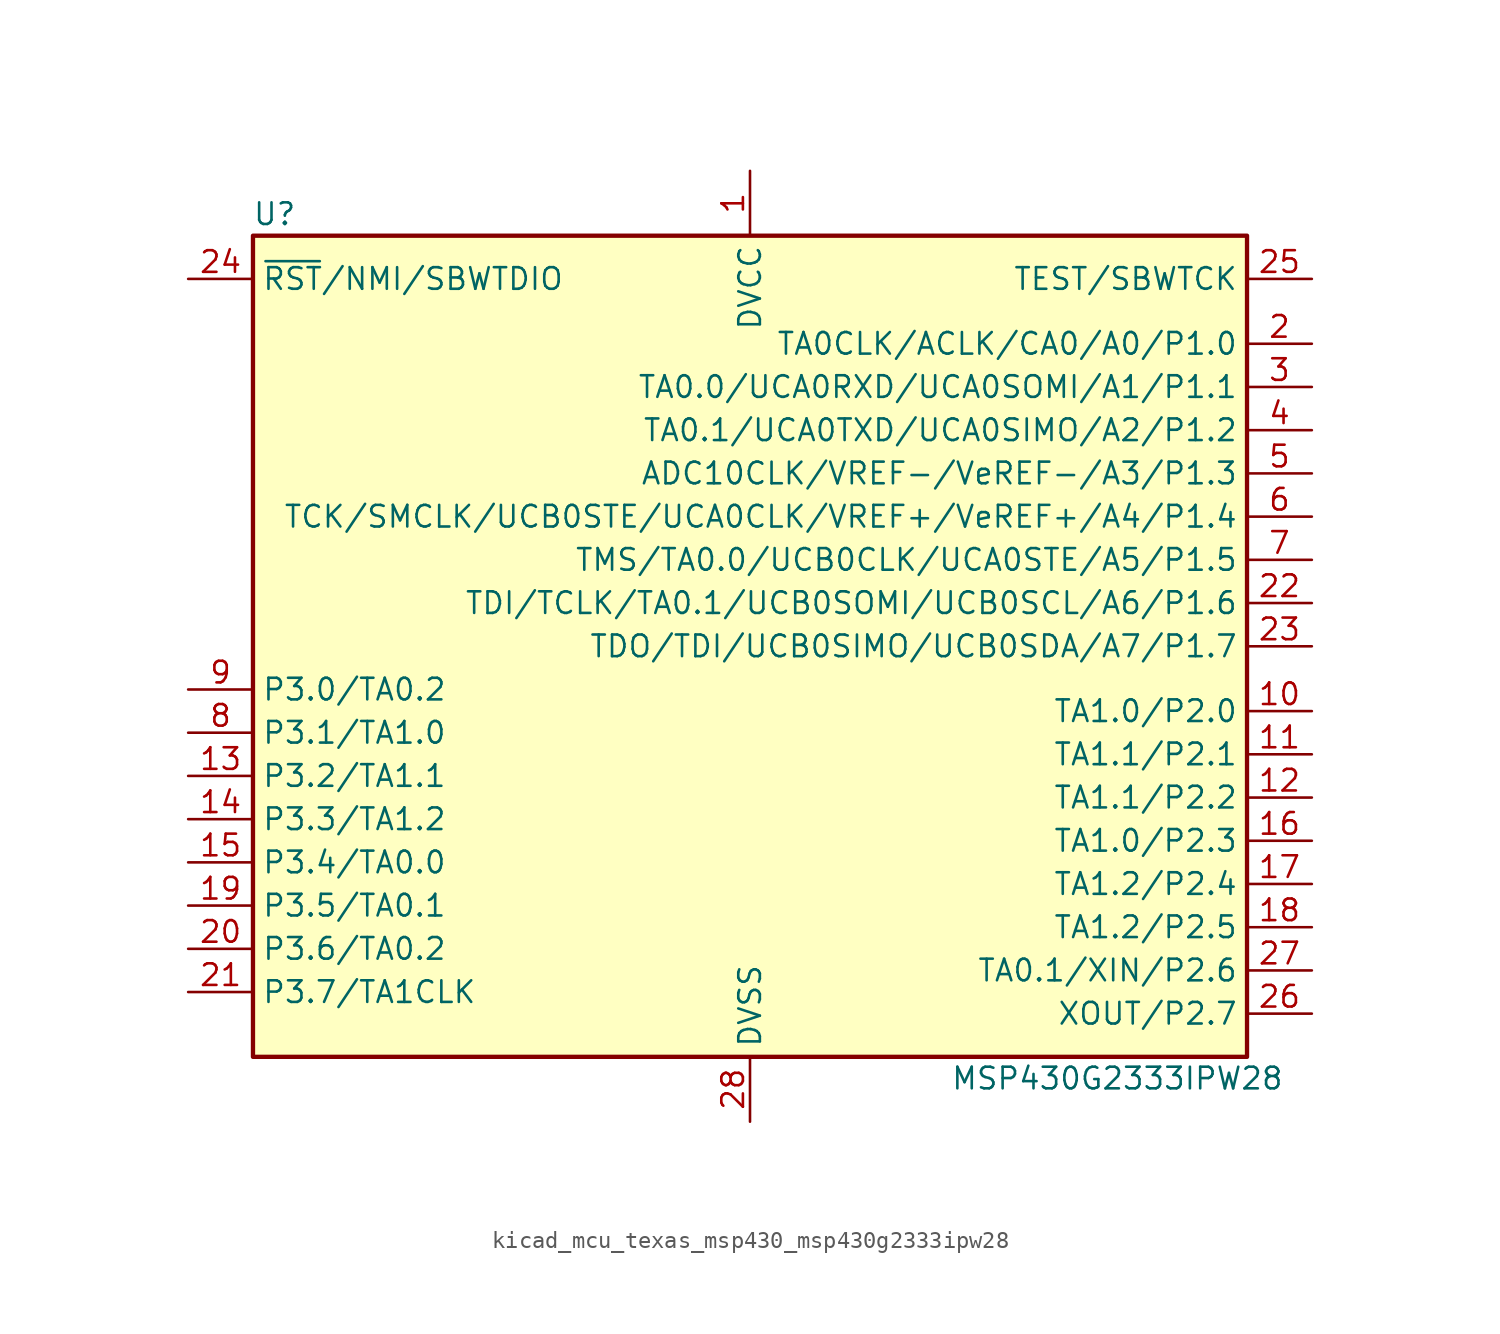
<source format=kicad_sym>
(kicad_symbol_lib
  (version 20220914)
  (generator kicad_symbol_editor)
  (symbol "kicad_mcu_texas_msp430_msp430g2333ipw28"
    (property "Reference" "U"
      (at -27.94 25.4 0)
      (effects (font (size 1.27 1.27))))
    (property "Value" "MSP430G2333IPW28"
      (at 21.59 -25.4 0)
      (effects (font (size 1.27 1.27))))
    (symbol "kicad_mcu_texas_msp430_msp430g2333ipw28_0_1"
      (rectangle (start -29.21 24.13) (end 29.21 -24.13) (stroke (width 0.254) (type default)) (fill (type background))))
    (symbol "kicad_mcu_texas_msp430_msp430g2333ipw28_1_1"
      (pin power_in line (at 0 27.94 270) (length 3.81) (name "DVCC" (effects (font (size 1.27 1.27)))) (number "1" (effects (font (size 1.27 1.27)))))
      (pin bidirectional line (at 33.02 -3.81 180) (length 3.81) (name "TA1.0/P2.0" (effects (font (size 1.27 1.27)))) (number "10" (effects (font (size 1.27 1.27)))))
      (pin bidirectional line (at 33.02 -6.35 180) (length 3.81) (name "TA1.1/P2.1" (effects (font (size 1.27 1.27)))) (number "11" (effects (font (size 1.27 1.27)))))
      (pin bidirectional line (at 33.02 -8.89 180) (length 3.81) (name "TA1.1/P2.2" (effects (font (size 1.27 1.27)))) (number "12" (effects (font (size 1.27 1.27)))))
      (pin bidirectional line (at -33.02 -7.62 0) (length 3.81) (name "P3.2/TA1.1" (effects (font (size 1.27 1.27)))) (number "13" (effects (font (size 1.27 1.27)))))
      (pin bidirectional line (at -33.02 -10.16 0) (length 3.81) (name "P3.3/TA1.2" (effects (font (size 1.27 1.27)))) (number "14" (effects (font (size 1.27 1.27)))))
      (pin bidirectional line (at -33.02 -12.7 0) (length 3.81) (name "P3.4/TA0.0" (effects (font (size 1.27 1.27)))) (number "15" (effects (font (size 1.27 1.27)))))
      (pin bidirectional line (at 33.02 -11.43 180) (length 3.81) (name "TA1.0/P2.3" (effects (font (size 1.27 1.27)))) (number "16" (effects (font (size 1.27 1.27)))))
      (pin bidirectional line (at 33.02 -13.97 180) (length 3.81) (name "TA1.2/P2.4" (effects (font (size 1.27 1.27)))) (number "17" (effects (font (size 1.27 1.27)))))
      (pin bidirectional line (at 33.02 -16.51 180) (length 3.81) (name "TA1.2/P2.5" (effects (font (size 1.27 1.27)))) (number "18" (effects (font (size 1.27 1.27)))))
      (pin bidirectional line (at -33.02 -15.24 0) (length 3.81) (name "P3.5/TA0.1" (effects (font (size 1.27 1.27)))) (number "19" (effects (font (size 1.27 1.27)))))
      (pin bidirectional line (at 33.02 17.78 180) (length 3.81) (name "TA0CLK/ACLK/CA0/A0/P1.0" (effects (font (size 1.27 1.27)))) (number "2" (effects (font (size 1.27 1.27)))))
      (pin bidirectional line (at -33.02 -17.78 0) (length 3.81) (name "P3.6/TA0.2" (effects (font (size 1.27 1.27)))) (number "20" (effects (font (size 1.27 1.27)))))
      (pin bidirectional line (at -33.02 -20.32 0) (length 3.81) (name "P3.7/TA1CLK" (effects (font (size 1.27 1.27)))) (number "21" (effects (font (size 1.27 1.27)))))
      (pin bidirectional line (at 33.02 2.54 180) (length 3.81) (name "TDI/TCLK/TA0.1/UCB0SOMI/UCB0SCL/A6/P1.6" (effects (font (size 1.27 1.27)))) (number "22" (effects (font (size 1.27 1.27)))))
      (pin bidirectional line (at 33.02 0 180) (length 3.81) (name "TDO/TDI/UCB0SIMO/UCB0SDA/A7/P1.7" (effects (font (size 1.27 1.27)))) (number "23" (effects (font (size 1.27 1.27)))))
      (pin input line (at -33.02 21.59 0) (length 3.81) (name "~{RST}/NMI/SBWTDIO" (effects (font (size 1.27 1.27)))) (number "24" (effects (font (size 1.27 1.27)))))
      (pin input line (at 33.02 21.59 180) (length 3.81) (name "TEST/SBWTCK" (effects (font (size 1.27 1.27)))) (number "25" (effects (font (size 1.27 1.27)))))
      (pin bidirectional line (at 33.02 -21.59 180) (length 3.81) (name "XOUT/P2.7" (effects (font (size 1.27 1.27)))) (number "26" (effects (font (size 1.27 1.27)))))
      (pin bidirectional line (at 33.02 -19.05 180) (length 3.81) (name "TA0.1/XIN/P2.6" (effects (font (size 1.27 1.27)))) (number "27" (effects (font (size 1.27 1.27)))))
      (pin power_in line (at 0 -27.94 90) (length 3.81) (name "DVSS" (effects (font (size 1.27 1.27)))) (number "28" (effects (font (size 1.27 1.27)))))
      (pin bidirectional line (at 33.02 15.24 180) (length 3.81) (name "TA0.0/UCA0RXD/UCA0SOMI/A1/P1.1" (effects (font (size 1.27 1.27)))) (number "3" (effects (font (size 1.27 1.27)))))
      (pin bidirectional line (at 33.02 12.7 180) (length 3.81) (name "TA0.1/UCA0TXD/UCA0SIMO/A2/P1.2" (effects (font (size 1.27 1.27)))) (number "4" (effects (font (size 1.27 1.27)))))
      (pin bidirectional line (at 33.02 10.16 180) (length 3.81) (name "ADC10CLK/VREF-/VeREF-/A3/P1.3" (effects (font (size 1.27 1.27)))) (number "5" (effects (font (size 1.27 1.27)))))
      (pin bidirectional line (at 33.02 7.62 180) (length 3.81) (name "TCK/SMCLK/UCB0STE/UCA0CLK/VREF+/VeREF+/A4/P1.4" (effects (font (size 1.27 1.27)))) (number "6" (effects (font (size 1.27 1.27)))))
      (pin bidirectional line (at 33.02 5.08 180) (length 3.81) (name "TMS/TA0.0/UCB0CLK/UCA0STE/A5/P1.5" (effects (font (size 1.27 1.27)))) (number "7" (effects (font (size 1.27 1.27)))))
      (pin bidirectional line (at -33.02 -5.08 0) (length 3.81) (name "P3.1/TA1.0" (effects (font (size 1.27 1.27)))) (number "8" (effects (font (size 1.27 1.27)))))
      (pin bidirectional line (at -33.02 -2.54 0) (length 3.81) (name "P3.0/TA0.2" (effects (font (size 1.27 1.27)))) (number "9" (effects (font (size 1.27 1.27))))))))
</source>
